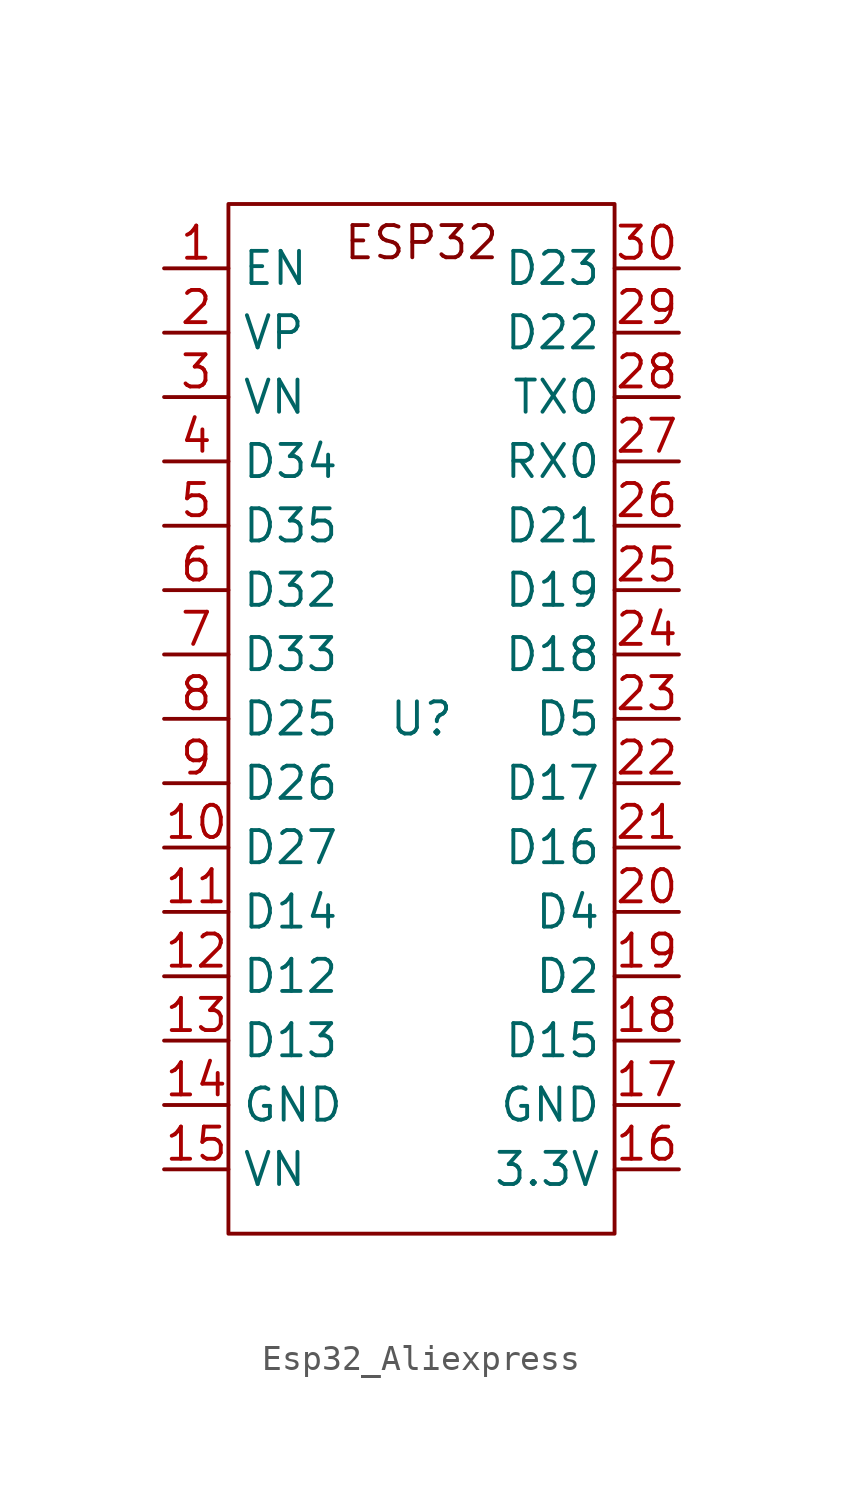
<source format=kicad_sym>
(kicad_symbol_lib
  (version 20231120)
  (generator "kicad_symbol_editor")
  (generator_version "8.0")
  (symbol "Esp32_Aliexpress"
    (property "Reference" "U"
      (at 0 0 0)
      (effects (font (size 1.27 1.27))))
    (property "Value" ""
      (at -8.89 10.16 0)
      (effects (font (size 1.27 1.27))))
    (symbol "Esp32_Aliexpress_0_1"
      (polyline (pts (xy -7.62 20.32) (xy -7.62 -20.32) (xy 7.62 -20.32) (xy 7.62 20.32) (xy -7.62 20.32)) (stroke (width 0) (type default)) (fill (type none))))
    (symbol "Esp32_Aliexpress_1_1"
      (text "ESP32\n" (at 0 18.796 0) (effects (font (size 1.27 1.27))))
      (pin bidirectional line (at -10.16 17.78 0) (length 2.54) (name "EN" (effects (font (size 1.27 1.27)))) (number "1" (effects (font (size 1.27 1.27)))))
      (pin bidirectional line (at -10.16 -5.08 0) (length 2.54) (name "D27" (effects (font (size 1.27 1.27)))) (number "10" (effects (font (size 1.27 1.27)))))
      (pin bidirectional line (at -10.16 -7.62 0) (length 2.54) (name "D14" (effects (font (size 1.27 1.27)))) (number "11" (effects (font (size 1.27 1.27)))))
      (pin bidirectional line (at -10.16 -10.16 0) (length 2.54) (name "D12" (effects (font (size 1.27 1.27)))) (number "12" (effects (font (size 1.27 1.27)))))
      (pin bidirectional line (at -10.16 -12.7 0) (length 2.54) (name "D13" (effects (font (size 1.27 1.27)))) (number "13" (effects (font (size 1.27 1.27)))))
      (pin power_out line (at -10.16 -15.24 0) (length 2.54) (name "GND" (effects (font (size 1.27 1.27)))) (number "14" (effects (font (size 1.27 1.27)))))
      (pin power_in line (at -10.16 -17.78 0) (length 2.54) (name "VN" (effects (font (size 1.27 1.27)))) (number "15" (effects (font (size 1.27 1.27)))))
      (pin power_out line (at 10.16 -17.78 180) (length 2.54) (name "3.3V" (effects (font (size 1.27 1.27)))) (number "16" (effects (font (size 1.27 1.27)))))
      (pin power_out line (at 10.16 -15.24 180) (length 2.54) (name "GND" (effects (font (size 1.27 1.27)))) (number "17" (effects (font (size 1.27 1.27)))))
      (pin bidirectional line (at 10.16 -12.7 180) (length 2.54) (name "D15" (effects (font (size 1.27 1.27)))) (number "18" (effects (font (size 1.27 1.27)))))
      (pin bidirectional line (at 10.16 -10.16 180) (length 2.54) (name "D2" (effects (font (size 1.27 1.27)))) (number "19" (effects (font (size 1.27 1.27)))))
      (pin bidirectional line (at -10.16 15.24 0) (length 2.54) (name "VP" (effects (font (size 1.27 1.27)))) (number "2" (effects (font (size 1.27 1.27)))))
      (pin bidirectional line (at 10.16 -7.62 180) (length 2.54) (name "D4" (effects (font (size 1.27 1.27)))) (number "20" (effects (font (size 1.27 1.27)))))
      (pin bidirectional line (at 10.16 -5.08 180) (length 2.54) (name "D16" (effects (font (size 1.27 1.27)))) (number "21" (effects (font (size 1.27 1.27)))))
      (pin bidirectional line (at 10.16 -2.54 180) (length 2.54) (name "D17" (effects (font (size 1.27 1.27)))) (number "22" (effects (font (size 1.27 1.27)))))
      (pin bidirectional line (at 10.16 0 180) (length 2.54) (name "D5" (effects (font (size 1.27 1.27)))) (number "23" (effects (font (size 1.27 1.27)))))
      (pin bidirectional line (at 10.16 2.54 180) (length 2.54) (name "D18" (effects (font (size 1.27 1.27)))) (number "24" (effects (font (size 1.27 1.27)))))
      (pin bidirectional line (at 10.16 5.08 180) (length 2.54) (name "D19" (effects (font (size 1.27 1.27)))) (number "25" (effects (font (size 1.27 1.27)))))
      (pin bidirectional line (at 10.16 7.62 180) (length 2.54) (name "D21" (effects (font (size 1.27 1.27)))) (number "26" (effects (font (size 1.27 1.27)))))
      (pin bidirectional line (at 10.16 10.16 180) (length 2.54) (name "RX0" (effects (font (size 1.27 1.27)))) (number "27" (effects (font (size 1.27 1.27)))))
      (pin bidirectional line (at 10.16 12.7 180) (length 2.54) (name "TX0" (effects (font (size 1.27 1.27)))) (number "28" (effects (font (size 1.27 1.27)))))
      (pin bidirectional line (at 10.16 15.24 180) (length 2.54) (name "D22" (effects (font (size 1.27 1.27)))) (number "29" (effects (font (size 1.27 1.27)))))
      (pin bidirectional line (at -10.16 12.7 0) (length 2.54) (name "VN" (effects (font (size 1.27 1.27)))) (number "3" (effects (font (size 1.27 1.27)))))
      (pin bidirectional line (at 10.16 17.78 180) (length 2.54) (name "D23" (effects (font (size 1.27 1.27)))) (number "30" (effects (font (size 1.27 1.27)))))
      (pin bidirectional line (at -10.16 10.16 0) (length 2.54) (name "D34" (effects (font (size 1.27 1.27)))) (number "4" (effects (font (size 1.27 1.27)))))
      (pin bidirectional line (at -10.16 7.62 0) (length 2.54) (name "D35" (effects (font (size 1.27 1.27)))) (number "5" (effects (font (size 1.27 1.27)))))
      (pin bidirectional line (at -10.16 5.08 0) (length 2.54) (name "D32" (effects (font (size 1.27 1.27)))) (number "6" (effects (font (size 1.27 1.27)))))
      (pin bidirectional line (at -10.16 2.54 0) (length 2.54) (name "D33" (effects (font (size 1.27 1.27)))) (number "7" (effects (font (size 1.27 1.27)))))
      (pin bidirectional line (at -10.16 0 0) (length 2.54) (name "D25" (effects (font (size 1.27 1.27)))) (number "8" (effects (font (size 1.27 1.27)))))
      (pin bidirectional line (at -10.16 -2.54 0) (length 2.54) (name "D26" (effects (font (size 1.27 1.27)))) (number "9" (effects (font (size 1.27 1.27))))))))
</source>
